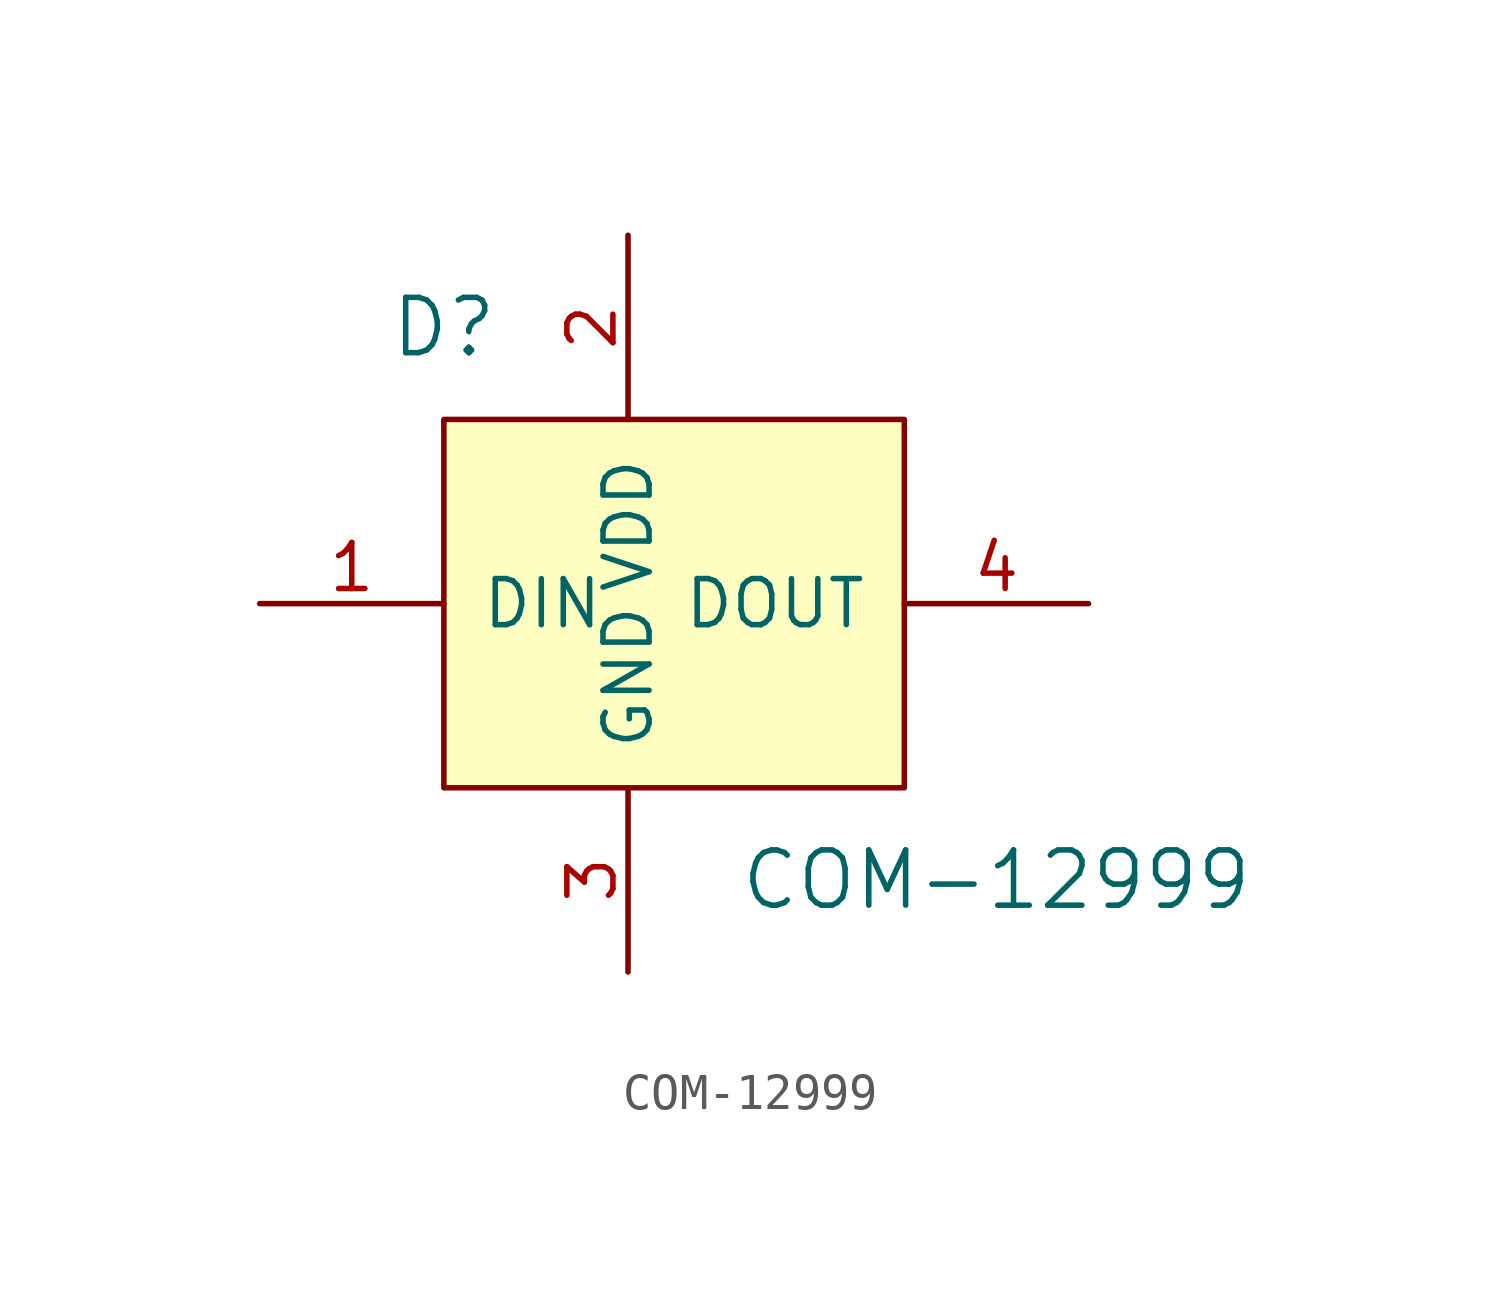
<source format=kicad_sym>
(kicad_symbol_lib
  (version 20220914)
  (generator kicad_symbol_editor)
  (symbol "COM-12999"
    (pin_names
      (offset 1.016))
    (property "Reference" "D"
      (at -7.62 7.62 0)
      (effects (font (size 1.524 1.524))))
    (property "Value" "COM-12999"
      (at 7.62 -7.62 0)
      (effects (font (size 1.524 1.524))))
    (symbol "COM-12999_0_1"
      (rectangle (start -7.62 5.08) (end 5.08 -5.08) (stroke (width 0) (type default)) (fill (type background))))
    (symbol "COM-12999_1_1"
      (pin input line (at -12.7 0 0) (length 5.08) (name "DIN" (effects (font (size 1.27 1.27)))) (number "1" (effects (font (size 1.27 1.27)))))
      (pin power_in line (at -2.54 10.16 270) (length 5.08) (name "VDD" (effects (font (size 1.27 1.27)))) (number "2" (effects (font (size 1.27 1.27)))))
      (pin power_in line (at -2.54 -10.16 90) (length 5.08) (name "GND" (effects (font (size 1.27 1.27)))) (number "3" (effects (font (size 1.27 1.27)))))
      (pin output line (at 10.16 0 180) (length 5.08) (name "DOUT" (effects (font (size 1.27 1.27)))) (number "4" (effects (font (size 1.27 1.27))))))))
</source>
